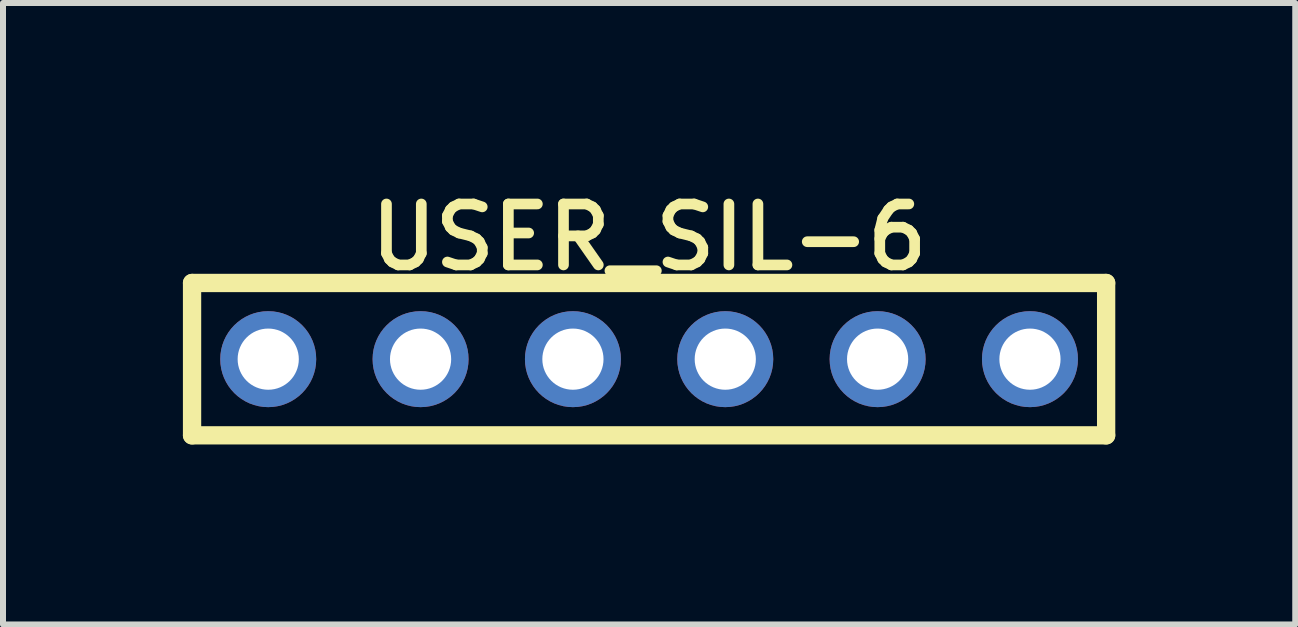
<source format=kicad_pcb>
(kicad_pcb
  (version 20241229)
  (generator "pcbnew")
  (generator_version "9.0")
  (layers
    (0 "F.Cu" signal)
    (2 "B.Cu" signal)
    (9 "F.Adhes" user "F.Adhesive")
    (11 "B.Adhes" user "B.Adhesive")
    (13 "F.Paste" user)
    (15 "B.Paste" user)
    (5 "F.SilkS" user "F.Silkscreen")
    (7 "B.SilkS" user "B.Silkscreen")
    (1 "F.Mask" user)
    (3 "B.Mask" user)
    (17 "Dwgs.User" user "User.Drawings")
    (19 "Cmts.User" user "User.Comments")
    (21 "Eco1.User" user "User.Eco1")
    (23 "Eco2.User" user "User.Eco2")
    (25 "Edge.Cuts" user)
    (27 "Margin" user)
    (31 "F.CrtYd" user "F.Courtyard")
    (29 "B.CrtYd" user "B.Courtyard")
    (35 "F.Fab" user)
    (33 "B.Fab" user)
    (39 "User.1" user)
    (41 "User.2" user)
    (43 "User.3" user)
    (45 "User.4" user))
  (footprint "USER_SIL-6"
    (layer "F.Cu")
    (at 7.772 2.938)
    (property "Reference" "USER_SIL-6" (at 0 -2.032 0) (layer "F.SilkS") (effects (font (size 1.016 1.016) (thickness 0.178))))
    (attr through_hole)
    (fp_line (start -7.62 -1.27) (end 7.62 -1.27) (stroke (width 0.305) (type solid)) (layer "F.SilkS"))
    (fp_line (start -7.62 1.27) (end -7.62 -1.27) (stroke (width 0.305) (type solid)) (layer "F.SilkS"))
    (fp_line (start 7.62 -1.27) (end 7.62 1.27) (stroke (width 0.305) (type solid)) (layer "F.SilkS"))
    (fp_line (start 7.62 1.27) (end -7.62 1.27) (stroke (width 0.305) (type solid)) (layer "F.SilkS"))
    (pad "1" thru_hole circle (at -6.35 0) (size 1.6 1.6) (drill 1.02) (layers "*.Cu" "*.Mask"))
    (pad "2" thru_hole circle (at -3.81 0) (size 1.6 1.6) (drill 1.02) (layers "*.Cu" "*.Mask"))
    (pad "3" thru_hole circle (at -1.27 0) (size 1.6 1.6) (drill 1.02) (layers "*.Cu" "*.Mask"))
    (pad "4" thru_hole circle (at 1.27 0) (size 1.6 1.6) (drill 1.02) (layers "*.Cu" "*.Mask"))
    (pad "5" thru_hole circle (at 3.81 0) (size 1.6 1.6) (drill 1.02) (layers "*.Cu" "*.Mask"))
    (pad "6" thru_hole circle (at 6.35 0) (size 1.6 1.6) (drill 1.02) (layers "*.Cu" "*.Mask")))
  (gr_rect
    (start -3 -3)
    (end 18.545 7.361)
    (stroke (width 0.1) (type default))
    (fill no)
    (layer "Edge.Cuts")))
</source>
